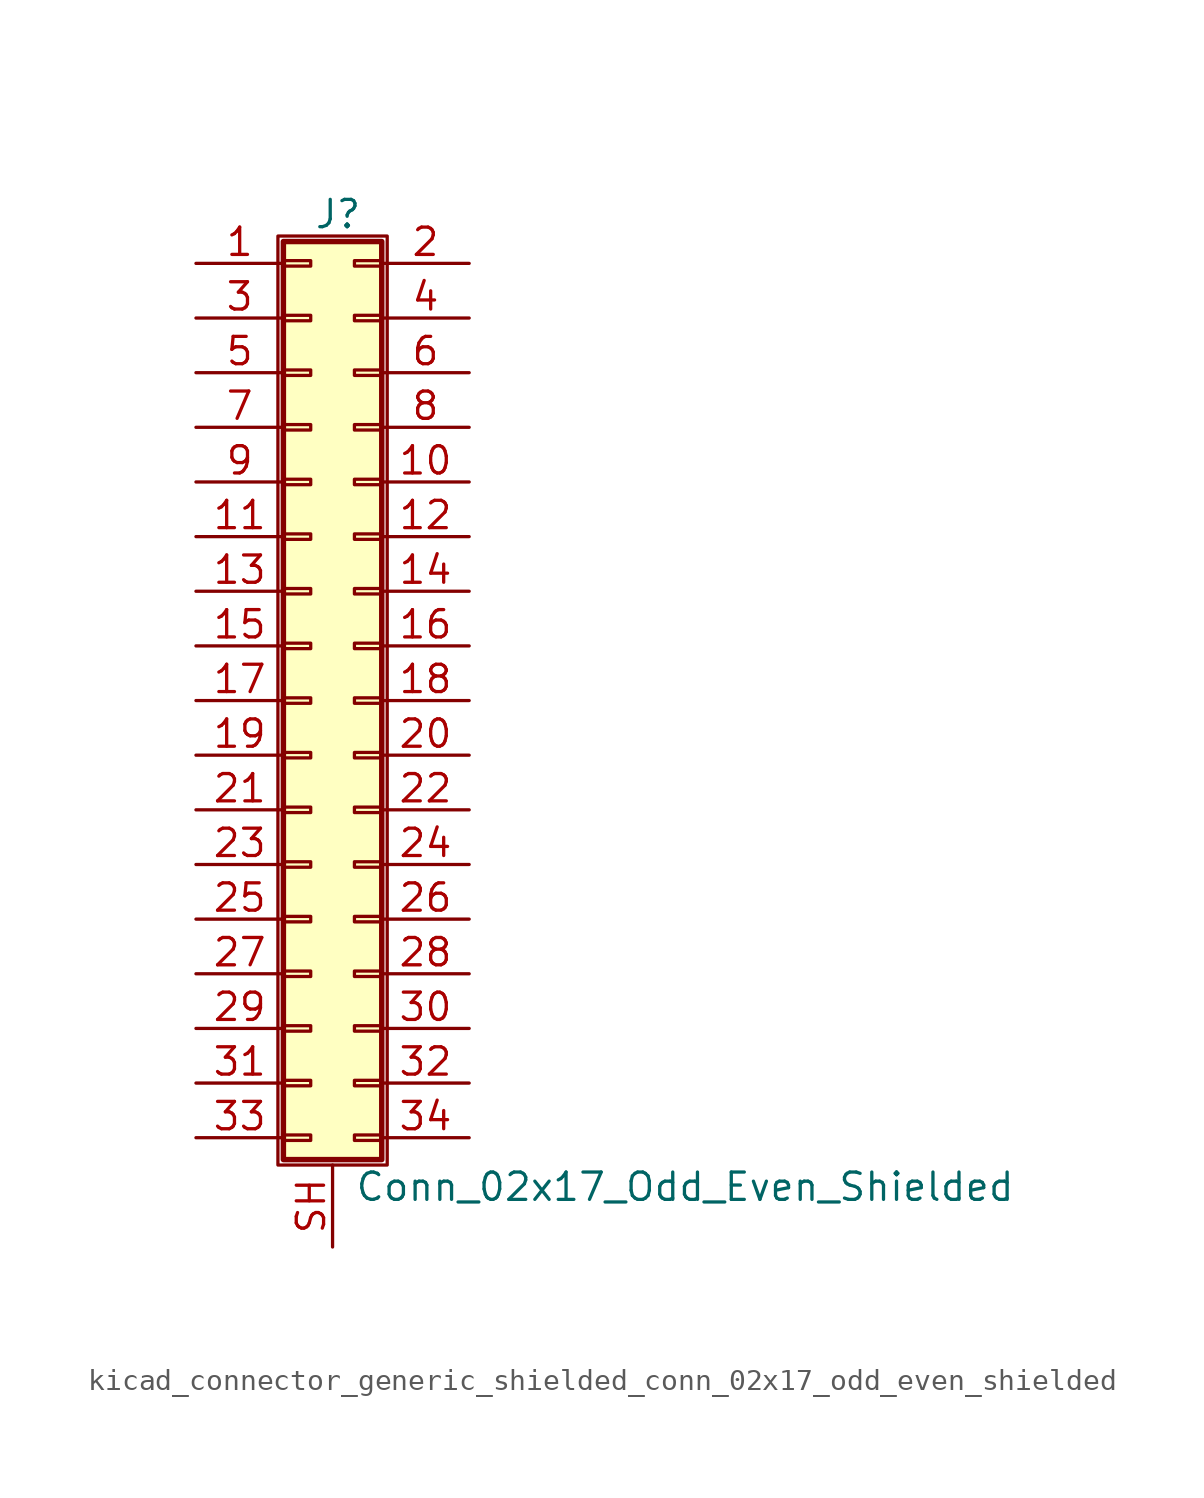
<source format=kicad_sym>
(kicad_symbol_lib
  (version 20220914)
  (generator kicad_symbol_editor)
  (symbol "kicad_connector_generic_shielded_conn_02x17_odd_even_shielded"
    (pin_names
      (offset 1.016) hide)
    (property "Reference" "J"
      (at 1.524 22.606 0)
      (effects (font (size 1.27 1.27))))
    (property "Value" "Conn_02x17_Odd_Even_Shielded"
      (at 2.286 -22.606 0)
      (effects (font (size 1.27 1.27)) (justify left)))
    (symbol "kicad_connector_generic_shielded_conn_02x17_odd_even_shielded_1_1"
      (rectangle (start -1.27 21.59) (end 3.81 -21.59) (stroke (width 0.152) (type default)) (fill (type none)))
      (rectangle (start -1.016 -20.193) (end 0.254 -20.447) (stroke (width 0.152) (type default)) (fill (type none)))
      (rectangle (start -1.016 -17.653) (end 0.254 -17.907) (stroke (width 0.152) (type default)) (fill (type none)))
      (rectangle (start -1.016 -15.113) (end 0.254 -15.367) (stroke (width 0.152) (type default)) (fill (type none)))
      (rectangle (start -1.016 -12.573) (end 0.254 -12.827) (stroke (width 0.152) (type default)) (fill (type none)))
      (rectangle (start -1.016 -10.033) (end 0.254 -10.287) (stroke (width 0.152) (type default)) (fill (type none)))
      (rectangle (start -1.016 -7.493) (end 0.254 -7.747) (stroke (width 0.152) (type default)) (fill (type none)))
      (rectangle (start -1.016 -4.953) (end 0.254 -5.207) (stroke (width 0.152) (type default)) (fill (type none)))
      (rectangle (start -1.016 -2.413) (end 0.254 -2.667) (stroke (width 0.152) (type default)) (fill (type none)))
      (rectangle (start -1.016 0.127) (end 0.254 -0.127) (stroke (width 0.152) (type default)) (fill (type none)))
      (rectangle (start -1.016 2.667) (end 0.254 2.413) (stroke (width 0.152) (type default)) (fill (type none)))
      (rectangle (start -1.016 5.207) (end 0.254 4.953) (stroke (width 0.152) (type default)) (fill (type none)))
      (rectangle (start -1.016 7.747) (end 0.254 7.493) (stroke (width 0.152) (type default)) (fill (type none)))
      (rectangle (start -1.016 10.287) (end 0.254 10.033) (stroke (width 0.152) (type default)) (fill (type none)))
      (rectangle (start -1.016 12.827) (end 0.254 12.573) (stroke (width 0.152) (type default)) (fill (type none)))
      (rectangle (start -1.016 15.367) (end 0.254 15.113) (stroke (width 0.152) (type default)) (fill (type none)))
      (rectangle (start -1.016 17.907) (end 0.254 17.653) (stroke (width 0.152) (type default)) (fill (type none)))
      (rectangle (start -1.016 20.447) (end 0.254 20.193) (stroke (width 0.152) (type default)) (fill (type none)))
      (rectangle (start -1.016 21.336) (end 3.556 -21.336) (stroke (width 0.254) (type default)) (fill (type background)))
      (rectangle (start 3.556 -20.193) (end 2.286 -20.447) (stroke (width 0.152) (type default)) (fill (type none)))
      (rectangle (start 3.556 -17.653) (end 2.286 -17.907) (stroke (width 0.152) (type default)) (fill (type none)))
      (rectangle (start 3.556 -15.113) (end 2.286 -15.367) (stroke (width 0.152) (type default)) (fill (type none)))
      (rectangle (start 3.556 -12.573) (end 2.286 -12.827) (stroke (width 0.152) (type default)) (fill (type none)))
      (rectangle (start 3.556 -10.033) (end 2.286 -10.287) (stroke (width 0.152) (type default)) (fill (type none)))
      (rectangle (start 3.556 -7.493) (end 2.286 -7.747) (stroke (width 0.152) (type default)) (fill (type none)))
      (rectangle (start 3.556 -4.953) (end 2.286 -5.207) (stroke (width 0.152) (type default)) (fill (type none)))
      (rectangle (start 3.556 -2.413) (end 2.286 -2.667) (stroke (width 0.152) (type default)) (fill (type none)))
      (rectangle (start 3.556 0.127) (end 2.286 -0.127) (stroke (width 0.152) (type default)) (fill (type none)))
      (rectangle (start 3.556 2.667) (end 2.286 2.413) (stroke (width 0.152) (type default)) (fill (type none)))
      (rectangle (start 3.556 5.207) (end 2.286 4.953) (stroke (width 0.152) (type default)) (fill (type none)))
      (rectangle (start 3.556 7.747) (end 2.286 7.493) (stroke (width 0.152) (type default)) (fill (type none)))
      (rectangle (start 3.556 10.287) (end 2.286 10.033) (stroke (width 0.152) (type default)) (fill (type none)))
      (rectangle (start 3.556 12.827) (end 2.286 12.573) (stroke (width 0.152) (type default)) (fill (type none)))
      (rectangle (start 3.556 15.367) (end 2.286 15.113) (stroke (width 0.152) (type default)) (fill (type none)))
      (rectangle (start 3.556 17.907) (end 2.286 17.653) (stroke (width 0.152) (type default)) (fill (type none)))
      (rectangle (start 3.556 20.447) (end 2.286 20.193) (stroke (width 0.152) (type default)) (fill (type none)))
      (pin passive line (at -5.08 20.32 0) (length 4.064) (name "Pin_1" (effects (font (size 1.27 1.27)))) (number "1" (effects (font (size 1.27 1.27)))))
      (pin passive line (at 7.62 10.16 180) (length 4.064) (name "Pin_10" (effects (font (size 1.27 1.27)))) (number "10" (effects (font (size 1.27 1.27)))))
      (pin passive line (at -5.08 7.62 0) (length 4.064) (name "Pin_11" (effects (font (size 1.27 1.27)))) (number "11" (effects (font (size 1.27 1.27)))))
      (pin passive line (at 7.62 7.62 180) (length 4.064) (name "Pin_12" (effects (font (size 1.27 1.27)))) (number "12" (effects (font (size 1.27 1.27)))))
      (pin passive line (at -5.08 5.08 0) (length 4.064) (name "Pin_13" (effects (font (size 1.27 1.27)))) (number "13" (effects (font (size 1.27 1.27)))))
      (pin passive line (at 7.62 5.08 180) (length 4.064) (name "Pin_14" (effects (font (size 1.27 1.27)))) (number "14" (effects (font (size 1.27 1.27)))))
      (pin passive line (at -5.08 2.54 0) (length 4.064) (name "Pin_15" (effects (font (size 1.27 1.27)))) (number "15" (effects (font (size 1.27 1.27)))))
      (pin passive line (at 7.62 2.54 180) (length 4.064) (name "Pin_16" (effects (font (size 1.27 1.27)))) (number "16" (effects (font (size 1.27 1.27)))))
      (pin passive line (at -5.08 0 0) (length 4.064) (name "Pin_17" (effects (font (size 1.27 1.27)))) (number "17" (effects (font (size 1.27 1.27)))))
      (pin passive line (at 7.62 0 180) (length 4.064) (name "Pin_18" (effects (font (size 1.27 1.27)))) (number "18" (effects (font (size 1.27 1.27)))))
      (pin passive line (at -5.08 -2.54 0) (length 4.064) (name "Pin_19" (effects (font (size 1.27 1.27)))) (number "19" (effects (font (size 1.27 1.27)))))
      (pin passive line (at 7.62 20.32 180) (length 4.064) (name "Pin_2" (effects (font (size 1.27 1.27)))) (number "2" (effects (font (size 1.27 1.27)))))
      (pin passive line (at 7.62 -2.54 180) (length 4.064) (name "Pin_20" (effects (font (size 1.27 1.27)))) (number "20" (effects (font (size 1.27 1.27)))))
      (pin passive line (at -5.08 -5.08 0) (length 4.064) (name "Pin_21" (effects (font (size 1.27 1.27)))) (number "21" (effects (font (size 1.27 1.27)))))
      (pin passive line (at 7.62 -5.08 180) (length 4.064) (name "Pin_22" (effects (font (size 1.27 1.27)))) (number "22" (effects (font (size 1.27 1.27)))))
      (pin passive line (at -5.08 -7.62 0) (length 4.064) (name "Pin_23" (effects (font (size 1.27 1.27)))) (number "23" (effects (font (size 1.27 1.27)))))
      (pin passive line (at 7.62 -7.62 180) (length 4.064) (name "Pin_24" (effects (font (size 1.27 1.27)))) (number "24" (effects (font (size 1.27 1.27)))))
      (pin passive line (at -5.08 -10.16 0) (length 4.064) (name "Pin_25" (effects (font (size 1.27 1.27)))) (number "25" (effects (font (size 1.27 1.27)))))
      (pin passive line (at 7.62 -10.16 180) (length 4.064) (name "Pin_26" (effects (font (size 1.27 1.27)))) (number "26" (effects (font (size 1.27 1.27)))))
      (pin passive line (at -5.08 -12.7 0) (length 4.064) (name "Pin_27" (effects (font (size 1.27 1.27)))) (number "27" (effects (font (size 1.27 1.27)))))
      (pin passive line (at 7.62 -12.7 180) (length 4.064) (name "Pin_28" (effects (font (size 1.27 1.27)))) (number "28" (effects (font (size 1.27 1.27)))))
      (pin passive line (at -5.08 -15.24 0) (length 4.064) (name "Pin_29" (effects (font (size 1.27 1.27)))) (number "29" (effects (font (size 1.27 1.27)))))
      (pin passive line (at -5.08 17.78 0) (length 4.064) (name "Pin_3" (effects (font (size 1.27 1.27)))) (number "3" (effects (font (size 1.27 1.27)))))
      (pin passive line (at 7.62 -15.24 180) (length 4.064) (name "Pin_30" (effects (font (size 1.27 1.27)))) (number "30" (effects (font (size 1.27 1.27)))))
      (pin passive line (at -5.08 -17.78 0) (length 4.064) (name "Pin_31" (effects (font (size 1.27 1.27)))) (number "31" (effects (font (size 1.27 1.27)))))
      (pin passive line (at 7.62 -17.78 180) (length 4.064) (name "Pin_32" (effects (font (size 1.27 1.27)))) (number "32" (effects (font (size 1.27 1.27)))))
      (pin passive line (at -5.08 -20.32 0) (length 4.064) (name "Pin_33" (effects (font (size 1.27 1.27)))) (number "33" (effects (font (size 1.27 1.27)))))
      (pin passive line (at 7.62 -20.32 180) (length 4.064) (name "Pin_34" (effects (font (size 1.27 1.27)))) (number "34" (effects (font (size 1.27 1.27)))))
      (pin passive line (at 7.62 17.78 180) (length 4.064) (name "Pin_4" (effects (font (size 1.27 1.27)))) (number "4" (effects (font (size 1.27 1.27)))))
      (pin passive line (at -5.08 15.24 0) (length 4.064) (name "Pin_5" (effects (font (size 1.27 1.27)))) (number "5" (effects (font (size 1.27 1.27)))))
      (pin passive line (at 7.62 15.24 180) (length 4.064) (name "Pin_6" (effects (font (size 1.27 1.27)))) (number "6" (effects (font (size 1.27 1.27)))))
      (pin passive line (at -5.08 12.7 0) (length 4.064) (name "Pin_7" (effects (font (size 1.27 1.27)))) (number "7" (effects (font (size 1.27 1.27)))))
      (pin passive line (at 7.62 12.7 180) (length 4.064) (name "Pin_8" (effects (font (size 1.27 1.27)))) (number "8" (effects (font (size 1.27 1.27)))))
      (pin passive line (at -5.08 10.16 0) (length 4.064) (name "Pin_9" (effects (font (size 1.27 1.27)))) (number "9" (effects (font (size 1.27 1.27)))))
      (pin passive line (at 1.27 -25.4 90) (length 3.81) (name "Shield" (effects (font (size 1.27 1.27)))) (number "SH" (effects (font (size 1.27 1.27))))))))
</source>
